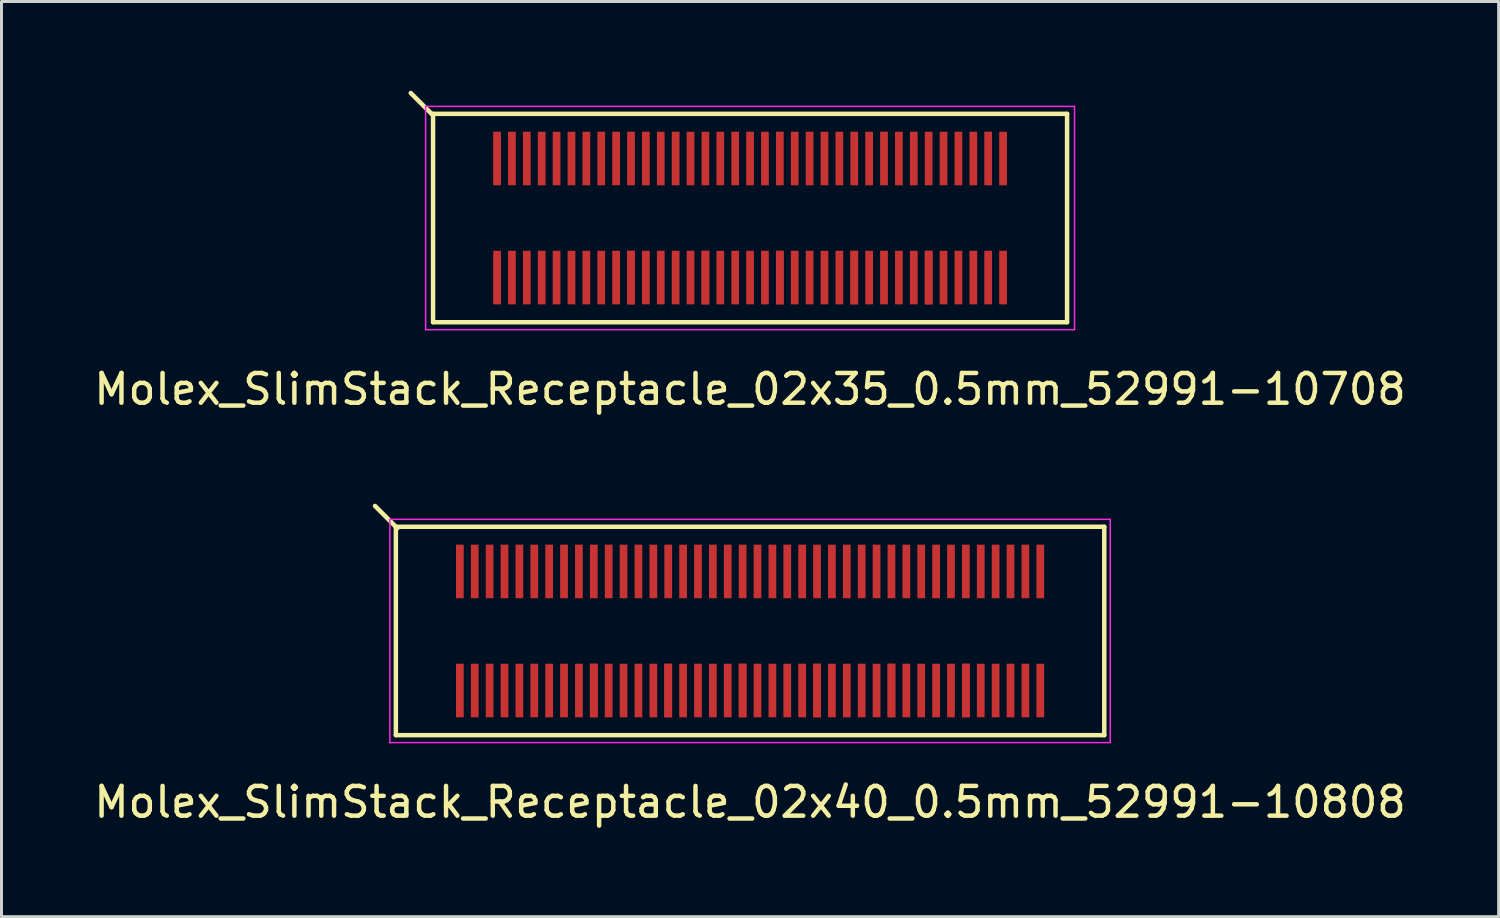
<source format=kicad_pcb>
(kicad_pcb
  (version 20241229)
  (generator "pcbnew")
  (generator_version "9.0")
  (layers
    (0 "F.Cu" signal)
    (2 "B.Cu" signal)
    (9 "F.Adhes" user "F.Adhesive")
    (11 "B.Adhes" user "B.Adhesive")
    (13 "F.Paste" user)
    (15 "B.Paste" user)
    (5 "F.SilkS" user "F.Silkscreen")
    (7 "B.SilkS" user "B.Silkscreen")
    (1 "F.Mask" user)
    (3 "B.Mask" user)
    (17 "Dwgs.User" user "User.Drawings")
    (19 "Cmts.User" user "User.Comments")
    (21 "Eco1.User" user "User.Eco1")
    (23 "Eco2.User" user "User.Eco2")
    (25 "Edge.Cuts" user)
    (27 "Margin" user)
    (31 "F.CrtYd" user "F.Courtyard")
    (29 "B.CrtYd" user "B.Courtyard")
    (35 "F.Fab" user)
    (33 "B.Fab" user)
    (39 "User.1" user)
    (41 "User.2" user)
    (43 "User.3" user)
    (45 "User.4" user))
  (footprint "Molex_SlimStack_Receptacle_02x40_0.5mm_52991-10808"
    (layer "F.Cu")
    (at 22.149 18.148)
    (property "Reference" "Molex_SlimStack_Receptacle_02x40_0.5mm_52991-10808" (at 0 5.75 0) (layer "F.SilkS") (effects (font (size 1 1) (thickness 0.15))))
    (attr smd)
    (fp_line (start -11.9 -3.5) (end -11.9 3.5) (stroke (width 0.15) (type solid)) (layer "F.SilkS"))
    (fp_line (start -11.9 3.5) (end 11.9 3.5) (stroke (width 0.15) (type solid)) (layer "F.SilkS"))
    (fp_line (start -11.85 -3.45) (end -12.6 -4.2) (stroke (width 0.15) (type solid)) (layer "F.SilkS"))
    (fp_line (start 11.9 -3.5) (end -11.9 -3.5) (stroke (width 0.15) (type solid)) (layer "F.SilkS"))
    (fp_line (start 11.9 3.5) (end 11.9 -3.5) (stroke (width 0.15) (type solid)) (layer "F.SilkS"))
    (fp_line (start -12.1 -3.75) (end -12.1 3.75) (stroke (width 0.05) (type solid)) (layer "F.CrtYd"))
    (fp_line (start -12.1 3.75) (end 12.1 3.75) (stroke (width 0.05) (type solid)) (layer "F.CrtYd"))
    (fp_line (start 12.1 -3.75) (end -12.1 -3.75) (stroke (width 0.05) (type solid)) (layer "F.CrtYd"))
    (fp_line (start 12.1 3.75) (end 12.1 -3.75) (stroke (width 0.05) (type solid)) (layer "F.CrtYd"))
    (pad "1" smd rect (at -9.75 -2) (size 0.26 1.8) (layers "F.Cu" "F.Mask" "F.Paste"))
    (pad "2" smd rect (at -9.75 2) (size 0.26 1.8) (layers "F.Cu" "F.Mask" "F.Paste"))
    (pad "3" smd rect (at -9.25 -2) (size 0.26 1.8) (layers "F.Cu" "F.Mask" "F.Paste"))
    (pad "4" smd rect (at -9.25 2) (size 0.26 1.8) (layers "F.Cu" "F.Mask" "F.Paste"))
    (pad "5" smd rect (at -8.75 -2) (size 0.26 1.8) (layers "F.Cu" "F.Mask" "F.Paste"))
    (pad "6" smd rect (at -8.75 2) (size 0.26 1.8) (layers "F.Cu" "F.Mask" "F.Paste"))
    (pad "7" smd rect (at -8.25 -2) (size 0.26 1.8) (layers "F.Cu" "F.Mask" "F.Paste"))
    (pad "8" smd rect (at -8.25 2) (size 0.26 1.8) (layers "F.Cu" "F.Mask" "F.Paste"))
    (pad "9" smd rect (at -7.75 -2) (size 0.26 1.8) (layers "F.Cu" "F.Mask" "F.Paste"))
    (pad "10" smd rect (at -7.75 2) (size 0.26 1.8) (layers "F.Cu" "F.Mask" "F.Paste"))
    (pad "11" smd rect (at -7.25 -2) (size 0.26 1.8) (layers "F.Cu" "F.Mask" "F.Paste"))
    (pad "12" smd rect (at -7.25 2) (size 0.26 1.8) (layers "F.Cu" "F.Mask" "F.Paste"))
    (pad "13" smd rect (at -6.75 -2) (size 0.26 1.8) (layers "F.Cu" "F.Mask" "F.Paste"))
    (pad "14" smd rect (at -6.75 2) (size 0.26 1.8) (layers "F.Cu" "F.Mask" "F.Paste"))
    (pad "15" smd rect (at -6.25 -2) (size 0.26 1.8) (layers "F.Cu" "F.Mask" "F.Paste"))
    (pad "16" smd rect (at -6.25 2) (size 0.26 1.8) (layers "F.Cu" "F.Mask" "F.Paste"))
    (pad "17" smd rect (at -5.75 -2) (size 0.26 1.8) (layers "F.Cu" "F.Mask" "F.Paste"))
    (pad "18" smd rect (at -5.75 2) (size 0.26 1.8) (layers "F.Cu" "F.Mask" "F.Paste"))
    (pad "19" smd rect (at -5.25 -2) (size 0.26 1.8) (layers "F.Cu" "F.Mask" "F.Paste"))
    (pad "20" smd rect (at -5.25 2) (size 0.26 1.8) (layers "F.Cu" "F.Mask" "F.Paste"))
    (pad "20" smd rect (at -5.25 2) (size 0.26 1.8) (layers "F.Cu" "F.Mask" "F.Paste"))
    (pad "21" smd rect (at -4.75 -2) (size 0.26 1.8) (layers "F.Cu" "F.Mask" "F.Paste"))
    (pad "22" smd rect (at -4.75 2) (size 0.26 1.8) (layers "F.Cu" "F.Mask" "F.Paste"))
    (pad "23" smd rect (at -4.25 -2) (size 0.26 1.8) (layers "F.Cu" "F.Mask" "F.Paste"))
    (pad "24" smd rect (at -4.25 2) (size 0.26 1.8) (layers "F.Cu" "F.Mask" "F.Paste"))
    (pad "25" smd rect (at -3.75 -2) (size 0.26 1.8) (layers "F.Cu" "F.Mask" "F.Paste"))
    (pad "26" smd rect (at -3.75 2) (size 0.26 1.8) (layers "F.Cu" "F.Mask" "F.Paste"))
    (pad "27" smd rect (at -3.25 -2) (size 0.26 1.8) (layers "F.Cu" "F.Mask" "F.Paste"))
    (pad "28" smd rect (at -3.25 2) (size 0.26 1.8) (layers "F.Cu" "F.Mask" "F.Paste"))
    (pad "29" smd rect (at -2.75 -2) (size 0.26 1.8) (layers "F.Cu" "F.Mask" "F.Paste"))
    (pad "30" smd rect (at -2.75 2) (size 0.26 1.8) (layers "F.Cu" "F.Mask" "F.Paste"))
    (pad "30" smd rect (at -2.75 2) (size 0.26 1.8) (layers "F.Cu" "F.Mask" "F.Paste"))
    (pad "31" smd rect (at -2.25 -2) (size 0.26 1.8) (layers "F.Cu" "F.Mask" "F.Paste"))
    (pad "32" smd rect (at -2.25 2) (size 0.26 1.8) (layers "F.Cu" "F.Mask" "F.Paste"))
    (pad "33" smd rect (at -1.75 -2) (size 0.26 1.8) (layers "F.Cu" "F.Mask" "F.Paste"))
    (pad "34" smd rect (at -1.75 2) (size 0.26 1.8) (layers "F.Cu" "F.Mask" "F.Paste"))
    (pad "35" smd rect (at -1.25 -2) (size 0.26 1.8) (layers "F.Cu" "F.Mask" "F.Paste"))
    (pad "36" smd rect (at -1.25 2) (size 0.26 1.8) (layers "F.Cu" "F.Mask" "F.Paste"))
    (pad "37" smd rect (at -0.75 -2) (size 0.26 1.8) (layers "F.Cu" "F.Mask" "F.Paste"))
    (pad "38" smd rect (at -0.75 2) (size 0.26 1.8) (layers "F.Cu" "F.Mask" "F.Paste"))
    (pad "39" smd rect (at -0.25 -2) (size 0.26 1.8) (layers "F.Cu" "F.Mask" "F.Paste"))
    (pad "40" smd rect (at -0.25 2) (size 0.26 1.8) (layers "F.Cu" "F.Mask" "F.Paste"))
    (pad "40" smd rect (at -0.25 2) (size 0.26 1.8) (layers "F.Cu" "F.Mask" "F.Paste"))
    (pad "41" smd rect (at 0.25 -2) (size 0.26 1.8) (layers "F.Cu" "F.Mask" "F.Paste"))
    (pad "42" smd rect (at 0.25 2) (size 0.26 1.8) (layers "F.Cu" "F.Mask" "F.Paste"))
    (pad "43" smd rect (at 0.75 -2) (size 0.26 1.8) (layers "F.Cu" "F.Mask" "F.Paste"))
    (pad "44" smd rect (at 0.75 2) (size 0.26 1.8) (layers "F.Cu" "F.Mask" "F.Paste"))
    (pad "45" smd rect (at 1.25 -2) (size 0.26 1.8) (layers "F.Cu" "F.Mask" "F.Paste"))
    (pad "46" smd rect (at 1.25 2) (size 0.26 1.8) (layers "F.Cu" "F.Mask" "F.Paste"))
    (pad "47" smd rect (at 1.75 -2) (size 0.26 1.8) (layers "F.Cu" "F.Mask" "F.Paste"))
    (pad "48" smd rect (at 1.75 2) (size 0.26 1.8) (layers "F.Cu" "F.Mask" "F.Paste"))
    (pad "49" smd rect (at 2.25 -2) (size 0.26 1.8) (layers "F.Cu" "F.Mask" "F.Paste"))
    (pad "50" smd rect (at 2.25 2) (size 0.26 1.8) (layers "F.Cu" "F.Mask" "F.Paste"))
    (pad "50" smd rect (at 2.25 2) (size 0.26 1.8) (layers "F.Cu" "F.Mask" "F.Paste"))
    (pad "51" smd rect (at 2.75 -2) (size 0.26 1.8) (layers "F.Cu" "F.Mask" "F.Paste"))
    (pad "52" smd rect (at 2.75 2) (size 0.26 1.8) (layers "F.Cu" "F.Mask" "F.Paste"))
    (pad "53" smd rect (at 3.25 -2) (size 0.26 1.8) (layers "F.Cu" "F.Mask" "F.Paste"))
    (pad "54" smd rect (at 3.25 2) (size 0.26 1.8) (layers "F.Cu" "F.Mask" "F.Paste"))
    (pad "55" smd rect (at 3.75 -2) (size 0.26 1.8) (layers "F.Cu" "F.Mask" "F.Paste"))
    (pad "56" smd rect (at 3.75 2) (size 0.26 1.8) (layers "F.Cu" "F.Mask" "F.Paste"))
    (pad "57" smd rect (at 4.25 -2) (size 0.26 1.8) (layers "F.Cu" "F.Mask" "F.Paste"))
    (pad "58" smd rect (at 4.25 2) (size 0.26 1.8) (layers "F.Cu" "F.Mask" "F.Paste"))
    (pad "59" smd rect (at 4.75 -2) (size 0.26 1.8) (layers "F.Cu" "F.Mask" "F.Paste"))
    (pad "60" smd rect (at 4.75 2) (size 0.26 1.8) (layers "F.Cu" "F.Mask" "F.Paste"))
    (pad "60" smd rect (at 4.75 2) (size 0.26 1.8) (layers "F.Cu" "F.Mask" "F.Paste"))
    (pad "61" smd rect (at 5.25 -2) (size 0.26 1.8) (layers "F.Cu" "F.Mask" "F.Paste"))
    (pad "62" smd rect (at 5.25 2) (size 0.26 1.8) (layers "F.Cu" "F.Mask" "F.Paste"))
    (pad "63" smd rect (at 5.75 -2) (size 0.26 1.8) (layers "F.Cu" "F.Mask" "F.Paste"))
    (pad "64" smd rect (at 5.75 2) (size 0.26 1.8) (layers "F.Cu" "F.Mask" "F.Paste"))
    (pad "65" smd rect (at 6.25 -2) (size 0.26 1.8) (layers "F.Cu" "F.Mask" "F.Paste"))
    (pad "66" smd rect (at 6.25 2) (size 0.26 1.8) (layers "F.Cu" "F.Mask" "F.Paste"))
    (pad "67" smd rect (at 6.75 -2) (size 0.26 1.8) (layers "F.Cu" "F.Mask" "F.Paste"))
    (pad "68" smd rect (at 6.75 2) (size 0.26 1.8) (layers "F.Cu" "F.Mask" "F.Paste"))
    (pad "69" smd rect (at 7.25 -2) (size 0.26 1.8) (layers "F.Cu" "F.Mask" "F.Paste"))
    (pad "70" smd rect (at 7.25 2) (size 0.26 1.8) (layers "F.Cu" "F.Mask" "F.Paste"))
    (pad "70" smd rect (at 7.25 2) (size 0.26 1.8) (layers "F.Cu" "F.Mask" "F.Paste"))
    (pad "71" smd rect (at 7.75 -2) (size 0.26 1.8) (layers "F.Cu" "F.Mask" "F.Paste"))
    (pad "72" smd rect (at 7.75 2) (size 0.26 1.8) (layers "F.Cu" "F.Mask" "F.Paste"))
    (pad "73" smd rect (at 8.25 -2) (size 0.26 1.8) (layers "F.Cu" "F.Mask" "F.Paste"))
    (pad "74" smd rect (at 8.25 2) (size 0.26 1.8) (layers "F.Cu" "F.Mask" "F.Paste"))
    (pad "75" smd rect (at 8.75 -2) (size 0.26 1.8) (layers "F.Cu" "F.Mask" "F.Paste"))
    (pad "76" smd rect (at 8.75 2) (size 0.26 1.8) (layers "F.Cu" "F.Mask" "F.Paste"))
    (pad "77" smd rect (at 9.25 -2) (size 0.26 1.8) (layers "F.Cu" "F.Mask" "F.Paste"))
    (pad "78" smd rect (at 9.25 2) (size 0.26 1.8) (layers "F.Cu" "F.Mask" "F.Paste"))
    (pad "79" smd rect (at 9.75 -2) (size 0.26 1.8) (layers "F.Cu" "F.Mask" "F.Paste"))
    (pad "80" smd rect (at 9.75 2) (size 0.26 1.8) (layers "F.Cu" "F.Mask" "F.Paste")))
  (footprint "Molex_SlimStack_Receptacle_02x35_0.5mm_52991-10708"
    (layer "F.Cu")
    (at 22.149 4.275)
    (property "Reference" "Molex_SlimStack_Receptacle_02x35_0.5mm_52991-10708" (at 0 5.75 0) (layer "F.SilkS") (effects (font (size 1 1) (thickness 0.15))))
    (attr smd)
    (fp_line (start -10.65 -3.5) (end -10.65 3.5) (stroke (width 0.15) (type solid)) (layer "F.SilkS"))
    (fp_line (start -10.65 -3.45) (end -11.4 -4.2) (stroke (width 0.15) (type solid)) (layer "F.SilkS"))
    (fp_line (start -10.65 3.5) (end 10.65 3.5) (stroke (width 0.15) (type solid)) (layer "F.SilkS"))
    (fp_line (start 10.65 -3.5) (end -10.65 -3.5) (stroke (width 0.15) (type solid)) (layer "F.SilkS"))
    (fp_line (start 10.65 3.5) (end 10.65 -3.5) (stroke (width 0.15) (type solid)) (layer "F.SilkS"))
    (fp_line (start -10.9 -3.75) (end -10.9 3.75) (stroke (width 0.05) (type solid)) (layer "F.CrtYd"))
    (fp_line (start -10.9 3.75) (end 10.9 3.75) (stroke (width 0.05) (type solid)) (layer "F.CrtYd"))
    (fp_line (start 10.9 -3.75) (end -10.9 -3.75) (stroke (width 0.05) (type solid)) (layer "F.CrtYd"))
    (fp_line (start 10.9 3.75) (end 10.9 -3.75) (stroke (width 0.05) (type solid)) (layer "F.CrtYd"))
    (pad "1" smd rect (at -8.5 -2) (size 0.26 1.8) (layers "F.Cu" "F.Mask" "F.Paste"))
    (pad "2" smd rect (at -8.5 2) (size 0.26 1.8) (layers "F.Cu" "F.Mask" "F.Paste"))
    (pad "3" smd rect (at -8 -2) (size 0.26 1.8) (layers "F.Cu" "F.Mask" "F.Paste"))
    (pad "4" smd rect (at -8 2) (size 0.26 1.8) (layers "F.Cu" "F.Mask" "F.Paste"))
    (pad "5" smd rect (at -7.5 -2) (size 0.26 1.8) (layers "F.Cu" "F.Mask" "F.Paste"))
    (pad "6" smd rect (at -7.5 2) (size 0.26 1.8) (layers "F.Cu" "F.Mask" "F.Paste"))
    (pad "7" smd rect (at -7 -2) (size 0.26 1.8) (layers "F.Cu" "F.Mask" "F.Paste"))
    (pad "8" smd rect (at -7 2) (size 0.26 1.8) (layers "F.Cu" "F.Mask" "F.Paste"))
    (pad "9" smd rect (at -6.5 -2) (size 0.26 1.8) (layers "F.Cu" "F.Mask" "F.Paste"))
    (pad "10" smd rect (at -6.5 2) (size 0.26 1.8) (layers "F.Cu" "F.Mask" "F.Paste"))
    (pad "11" smd rect (at -6 -2) (size 0.26 1.8) (layers "F.Cu" "F.Mask" "F.Paste"))
    (pad "12" smd rect (at -6 2) (size 0.26 1.8) (layers "F.Cu" "F.Mask" "F.Paste"))
    (pad "13" smd rect (at -5.5 -2) (size 0.26 1.8) (layers "F.Cu" "F.Mask" "F.Paste"))
    (pad "14" smd rect (at -5.5 2) (size 0.26 1.8) (layers "F.Cu" "F.Mask" "F.Paste"))
    (pad "15" smd rect (at -5 -2) (size 0.26 1.8) (layers "F.Cu" "F.Mask" "F.Paste"))
    (pad "16" smd rect (at -5 2) (size 0.26 1.8) (layers "F.Cu" "F.Mask" "F.Paste"))
    (pad "17" smd rect (at -4.5 -2) (size 0.26 1.8) (layers "F.Cu" "F.Mask" "F.Paste"))
    (pad "18" smd rect (at -4.5 2) (size 0.26 1.8) (layers "F.Cu" "F.Mask" "F.Paste"))
    (pad "19" smd rect (at -4 -2) (size 0.26 1.8) (layers "F.Cu" "F.Mask" "F.Paste"))
    (pad "20" smd rect (at -4 2) (size 0.26 1.8) (layers "F.Cu" "F.Mask" "F.Paste"))
    (pad "20" smd rect (at -4 2) (size 0.26 1.8) (layers "F.Cu" "F.Mask" "F.Paste"))
    (pad "21" smd rect (at -3.5 -2) (size 0.26 1.8) (layers "F.Cu" "F.Mask" "F.Paste"))
    (pad "22" smd rect (at -3.5 2) (size 0.26 1.8) (layers "F.Cu" "F.Mask" "F.Paste"))
    (pad "23" smd rect (at -3 -2) (size 0.26 1.8) (layers "F.Cu" "F.Mask" "F.Paste"))
    (pad "24" smd rect (at -3 2) (size 0.26 1.8) (layers "F.Cu" "F.Mask" "F.Paste"))
    (pad "25" smd rect (at -2.5 -2) (size 0.26 1.8) (layers "F.Cu" "F.Mask" "F.Paste"))
    (pad "26" smd rect (at -2.5 2) (size 0.26 1.8) (layers "F.Cu" "F.Mask" "F.Paste"))
    (pad "27" smd rect (at -2 -2) (size 0.26 1.8) (layers "F.Cu" "F.Mask" "F.Paste"))
    (pad "28" smd rect (at -2 2) (size 0.26 1.8) (layers "F.Cu" "F.Mask" "F.Paste"))
    (pad "29" smd rect (at -1.5 -2) (size 0.26 1.8) (layers "F.Cu" "F.Mask" "F.Paste"))
    (pad "30" smd rect (at -1.5 2) (size 0.26 1.8) (layers "F.Cu" "F.Mask" "F.Paste"))
    (pad "30" smd rect (at -1.5 2) (size 0.26 1.8) (layers "F.Cu" "F.Mask" "F.Paste"))
    (pad "31" smd rect (at -1 -2) (size 0.26 1.8) (layers "F.Cu" "F.Mask" "F.Paste"))
    (pad "32" smd rect (at -1 2) (size 0.26 1.8) (layers "F.Cu" "F.Mask" "F.Paste"))
    (pad "33" smd rect (at -0.5 -2) (size 0.26 1.8) (layers "F.Cu" "F.Mask" "F.Paste"))
    (pad "34" smd rect (at -0.5 2) (size 0.26 1.8) (layers "F.Cu" "F.Mask" "F.Paste"))
    (pad "35" smd rect (at 0 -2) (size 0.26 1.8) (layers "F.Cu" "F.Mask" "F.Paste"))
    (pad "36" smd rect (at 0 2) (size 0.26 1.8) (layers "F.Cu" "F.Mask" "F.Paste"))
    (pad "37" smd rect (at 0.5 -2) (size 0.26 1.8) (layers "F.Cu" "F.Mask" "F.Paste"))
    (pad "38" smd rect (at 0.5 2) (size 0.26 1.8) (layers "F.Cu" "F.Mask" "F.Paste"))
    (pad "39" smd rect (at 1 -2) (size 0.26 1.8) (layers "F.Cu" "F.Mask" "F.Paste"))
    (pad "40" smd rect (at 1 2) (size 0.26 1.8) (layers "F.Cu" "F.Mask" "F.Paste"))
    (pad "40" smd rect (at 1 2) (size 0.26 1.8) (layers "F.Cu" "F.Mask" "F.Paste"))
    (pad "41" smd rect (at 1.5 -2) (size 0.26 1.8) (layers "F.Cu" "F.Mask" "F.Paste"))
    (pad "42" smd rect (at 1.5 2) (size 0.26 1.8) (layers "F.Cu" "F.Mask" "F.Paste"))
    (pad "43" smd rect (at 2 -2) (size 0.26 1.8) (layers "F.Cu" "F.Mask" "F.Paste"))
    (pad "44" smd rect (at 2 2) (size 0.26 1.8) (layers "F.Cu" "F.Mask" "F.Paste"))
    (pad "45" smd rect (at 2.5 -2) (size 0.26 1.8) (layers "F.Cu" "F.Mask" "F.Paste"))
    (pad "46" smd rect (at 2.5 2) (size 0.26 1.8) (layers "F.Cu" "F.Mask" "F.Paste"))
    (pad "47" smd rect (at 3 -2) (size 0.26 1.8) (layers "F.Cu" "F.Mask" "F.Paste"))
    (pad "48" smd rect (at 3 2) (size 0.26 1.8) (layers "F.Cu" "F.Mask" "F.Paste"))
    (pad "49" smd rect (at 3.5 -2) (size 0.26 1.8) (layers "F.Cu" "F.Mask" "F.Paste"))
    (pad "50" smd rect (at 3.5 2) (size 0.26 1.8) (layers "F.Cu" "F.Mask" "F.Paste"))
    (pad "50" smd rect (at 3.5 2) (size 0.26 1.8) (layers "F.Cu" "F.Mask" "F.Paste"))
    (pad "51" smd rect (at 4 -2) (size 0.26 1.8) (layers "F.Cu" "F.Mask" "F.Paste"))
    (pad "52" smd rect (at 4 2) (size 0.26 1.8) (layers "F.Cu" "F.Mask" "F.Paste"))
    (pad "53" smd rect (at 4.5 -2) (size 0.26 1.8) (layers "F.Cu" "F.Mask" "F.Paste"))
    (pad "54" smd rect (at 4.5 2) (size 0.26 1.8) (layers "F.Cu" "F.Mask" "F.Paste"))
    (pad "55" smd rect (at 5 -2) (size 0.26 1.8) (layers "F.Cu" "F.Mask" "F.Paste"))
    (pad "56" smd rect (at 5 2) (size 0.26 1.8) (layers "F.Cu" "F.Mask" "F.Paste"))
    (pad "57" smd rect (at 5.5 -2) (size 0.26 1.8) (layers "F.Cu" "F.Mask" "F.Paste"))
    (pad "58" smd rect (at 5.5 2) (size 0.26 1.8) (layers "F.Cu" "F.Mask" "F.Paste"))
    (pad "59" smd rect (at 6 -2) (size 0.26 1.8) (layers "F.Cu" "F.Mask" "F.Paste"))
    (pad "60" smd rect (at 6 2) (size 0.26 1.8) (layers "F.Cu" "F.Mask" "F.Paste"))
    (pad "60" smd rect (at 6 2) (size 0.26 1.8) (layers "F.Cu" "F.Mask" "F.Paste"))
    (pad "61" smd rect (at 6.5 -2) (size 0.26 1.8) (layers "F.Cu" "F.Mask" "F.Paste"))
    (pad "62" smd rect (at 6.5 2) (size 0.26 1.8) (layers "F.Cu" "F.Mask" "F.Paste"))
    (pad "63" smd rect (at 7 -2) (size 0.26 1.8) (layers "F.Cu" "F.Mask" "F.Paste"))
    (pad "64" smd rect (at 7 2) (size 0.26 1.8) (layers "F.Cu" "F.Mask" "F.Paste"))
    (pad "65" smd rect (at 7.5 -2) (size 0.26 1.8) (layers "F.Cu" "F.Mask" "F.Paste"))
    (pad "66" smd rect (at 7.5 2) (size 0.26 1.8) (layers "F.Cu" "F.Mask" "F.Paste"))
    (pad "67" smd rect (at 8 -2) (size 0.26 1.8) (layers "F.Cu" "F.Mask" "F.Paste"))
    (pad "68" smd rect (at 8 2) (size 0.26 1.8) (layers "F.Cu" "F.Mask" "F.Paste"))
    (pad "69" smd rect (at 8.5 -2) (size 0.26 1.8) (layers "F.Cu" "F.Mask" "F.Paste"))
    (pad "70" smd rect (at 8.5 2) (size 0.26 1.8) (layers "F.Cu" "F.Mask" "F.Paste")))
  (gr_rect
    (start -3 -3)
    (end 47.298 27.747)
    (stroke (width 0.1) (type default))
    (fill no)
    (layer "Edge.Cuts")))
</source>
